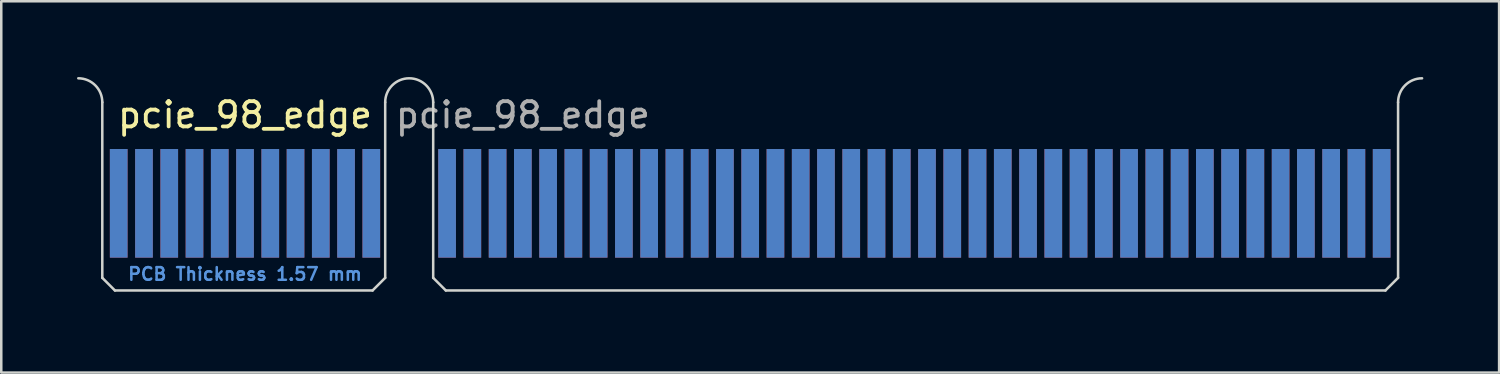
<source format=kicad_pcb>
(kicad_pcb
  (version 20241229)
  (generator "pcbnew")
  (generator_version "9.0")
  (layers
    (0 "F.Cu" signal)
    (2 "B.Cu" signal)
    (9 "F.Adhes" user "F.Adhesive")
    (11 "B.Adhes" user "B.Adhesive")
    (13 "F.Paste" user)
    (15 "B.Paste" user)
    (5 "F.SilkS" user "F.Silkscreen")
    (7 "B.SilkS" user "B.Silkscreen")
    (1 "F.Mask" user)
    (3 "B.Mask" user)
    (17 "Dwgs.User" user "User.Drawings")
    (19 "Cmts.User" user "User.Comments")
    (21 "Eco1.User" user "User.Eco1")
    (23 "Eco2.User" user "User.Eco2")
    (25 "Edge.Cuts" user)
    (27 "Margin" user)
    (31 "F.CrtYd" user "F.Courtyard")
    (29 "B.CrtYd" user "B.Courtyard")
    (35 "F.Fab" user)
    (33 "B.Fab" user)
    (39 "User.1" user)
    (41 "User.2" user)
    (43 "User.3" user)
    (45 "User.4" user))
  (footprint "pcie_98_edge"
    (layer "F.Cu")
    (at 13.15 8.45)
    (property "Reference" "pcie_98_edge" (at -6.5 -6.95 0) (layer "F.SilkS") (effects (font (size 1 1) (thickness 0.15))))
    (attr exclude_from_pos_files exclude_from_bom)
    (fp_line (start -12.15 -7.45) (end -12.15 -0.5) (stroke (width 0.1) (type solid)) (layer "Edge.Cuts"))
    (fp_line (start -12.15 -0.5) (end -11.65 0) (stroke (width 0.1) (type solid)) (layer "Edge.Cuts"))
    (fp_line (start -11.65 0) (end -1.45 0) (stroke (width 0.1) (type solid)) (layer "Edge.Cuts"))
    (fp_line (start -0.95 -7.45) (end -0.95 -0.5) (stroke (width 0.1) (type solid)) (layer "Edge.Cuts"))
    (fp_line (start -0.95 -0.5) (end -1.45 0) (stroke (width 0.1) (type solid)) (layer "Edge.Cuts"))
    (fp_line (start 0.95 -7.45) (end 0.95 -0.5) (stroke (width 0.1) (type solid)) (layer "Edge.Cuts"))
    (fp_line (start 0.95 -0.5) (end 1.45 0) (stroke (width 0.1) (type solid)) (layer "Edge.Cuts"))
    (fp_line (start 1.45 0) (end 38.65 0) (stroke (width 0.1) (type solid)) (layer "Edge.Cuts"))
    (fp_line (start 39.15 -7.45) (end 39.15 -0.5) (stroke (width 0.1) (type solid)) (layer "Edge.Cuts"))
    (fp_line (start 39.15 -0.5) (end 38.65 0) (stroke (width 0.1) (type solid)) (layer "Edge.Cuts"))
    (fp_arc (start -13.1 -8.4) (mid -12.428248 -8.121752) (end -12.15 -7.45) (stroke (width 0.1) (type default)) (layer "Edge.Cuts"))
    (fp_arc (start -0.95 -7.45) (mid 0 -8.4) (end 0.95 -7.45) (stroke (width 0.1) (type solid)) (layer "Edge.Cuts"))
    (fp_arc (start 39.15 -7.45) (mid 39.428248 -8.121752) (end 40.1 -8.4) (stroke (width 0.1) (type default)) (layer "Edge.Cuts"))
    (fp_text user "PCB Thickness 1.57 mm" (at -6.5 -0.65 180) (layer "Cmts.User") (effects (font (size 0.5 0.5) (thickness 0.1))))
    (fp_text user "${REFERENCE}" (at 4.5 -6.95 0) (layer "F.Fab") (effects (font (size 1 1) (thickness 0.15))))
    (pad "A1" connect rect (at -11.5 -3.45) (size 0.7 4.3) (layers "B.Cu" "B.Mask"))
    (pad "A2" connect rect (at -10.5 -3.45) (size 0.7 4.3) (layers "B.Cu" "B.Mask"))
    (pad "A3" connect rect (at -9.5 -3.45) (size 0.7 4.3) (layers "B.Cu" "B.Mask"))
    (pad "A4" connect rect (at -8.5 -3.45) (size 0.7 4.3) (layers "B.Cu" "B.Mask"))
    (pad "A5" connect rect (at -7.5 -3.45) (size 0.7 4.3) (layers "B.Cu" "B.Mask"))
    (pad "A6" connect rect (at -6.5 -3.45) (size 0.7 4.3) (layers "B.Cu" "B.Mask"))
    (pad "A7" connect rect (at -5.5 -3.45) (size 0.7 4.3) (layers "B.Cu" "B.Mask"))
    (pad "A8" connect rect (at -4.5 -3.45) (size 0.7 4.3) (layers "B.Cu" "B.Mask"))
    (pad "A9" connect rect (at -3.5 -3.45) (size 0.7 4.3) (layers "B.Cu" "B.Mask"))
    (pad "A10" connect rect (at -2.5 -3.45) (size 0.7 4.3) (layers "B.Cu" "B.Mask"))
    (pad "A11" connect rect (at -1.5 -3.45) (size 0.7 4.3) (layers "B.Cu" "B.Mask"))
    (pad "A12" connect rect (at 1.5 -3.45) (size 0.7 4.3) (layers "B.Cu" "B.Mask"))
    (pad "A13" connect rect (at 2.5 -3.45) (size 0.7 4.3) (layers "B.Cu" "B.Mask"))
    (pad "A14" connect rect (at 3.5 -3.45) (size 0.7 4.3) (layers "B.Cu" "B.Mask"))
    (pad "A15" connect rect (at 4.5 -3.45) (size 0.7 4.3) (layers "B.Cu" "B.Mask"))
    (pad "A16" connect rect (at 5.5 -3.45) (size 0.7 4.3) (layers "B.Cu" "B.Mask"))
    (pad "A17" connect rect (at 6.5 -3.45) (size 0.7 4.3) (layers "B.Cu" "B.Mask"))
    (pad "A18" connect rect (at 7.5 -3.45) (size 0.7 4.3) (layers "B.Cu" "B.Mask"))
    (pad "A19" connect rect (at 8.5 -3.45) (size 0.7 4.3) (layers "B.Cu" "B.Mask"))
    (pad "A20" connect rect (at 9.5 -3.45) (size 0.7 4.3) (layers "B.Cu" "B.Mask"))
    (pad "A21" connect rect (at 10.5 -3.45) (size 0.7 4.3) (layers "B.Cu" "B.Mask"))
    (pad "A22" connect rect (at 11.5 -3.45) (size 0.7 4.3) (layers "B.Cu" "B.Mask"))
    (pad "A23" connect rect (at 12.5 -3.45) (size 0.7 4.3) (layers "B.Cu" "B.Mask"))
    (pad "A24" connect rect (at 13.5 -3.45) (size 0.7 4.3) (layers "B.Cu" "B.Mask"))
    (pad "A25" connect rect (at 14.5 -3.45) (size 0.7 4.3) (layers "B.Cu" "B.Mask"))
    (pad "A26" connect rect (at 15.5 -3.45) (size 0.7 4.3) (layers "B.Cu" "B.Mask"))
    (pad "A27" connect rect (at 16.5 -3.45) (size 0.7 4.3) (layers "B.Cu" "B.Mask"))
    (pad "A28" connect rect (at 17.5 -3.45) (size 0.7 4.3) (layers "B.Cu" "B.Mask"))
    (pad "A29" connect rect (at 18.5 -3.45) (size 0.7 4.3) (layers "B.Cu" "B.Mask"))
    (pad "A30" connect rect (at 19.5 -3.45) (size 0.7 4.3) (layers "B.Cu" "B.Mask"))
    (pad "A31" connect rect (at 20.5 -3.45) (size 0.7 4.3) (layers "B.Cu" "B.Mask"))
    (pad "A32" connect rect (at 21.5 -3.45) (size 0.7 4.3) (layers "B.Cu" "B.Mask"))
    (pad "A33" connect rect (at 22.5 -3.45) (size 0.7 4.3) (layers "B.Cu" "B.Mask"))
    (pad "A34" connect rect (at 23.5 -3.45) (size 0.7 4.3) (layers "B.Cu" "B.Mask"))
    (pad "A35" connect rect (at 24.5 -3.45) (size 0.7 4.3) (layers "B.Cu" "B.Mask"))
    (pad "A36" connect rect (at 25.5 -3.45) (size 0.7 4.3) (layers "B.Cu" "B.Mask"))
    (pad "A37" connect rect (at 26.5 -3.45) (size 0.7 4.3) (layers "B.Cu" "B.Mask"))
    (pad "A38" connect rect (at 27.5 -3.45) (size 0.7 4.3) (layers "B.Cu" "B.Mask"))
    (pad "A39" connect rect (at 28.5 -3.45) (size 0.7 4.3) (layers "B.Cu" "B.Mask"))
    (pad "A40" connect rect (at 29.5 -3.45) (size 0.7 4.3) (layers "B.Cu" "B.Mask"))
    (pad "A41" connect rect (at 30.5 -3.45) (size 0.7 4.3) (layers "B.Cu" "B.Mask"))
    (pad "A42" connect rect (at 31.5 -3.45) (size 0.7 4.3) (layers "B.Cu" "B.Mask"))
    (pad "A43" connect rect (at 32.5 -3.45) (size 0.7 4.3) (layers "B.Cu" "B.Mask"))
    (pad "A44" connect rect (at 33.5 -3.45) (size 0.7 4.3) (layers "B.Cu" "B.Mask"))
    (pad "A45" connect rect (at 34.5 -3.45) (size 0.7 4.3) (layers "B.Cu" "B.Mask"))
    (pad "A46" connect rect (at 35.5 -3.45) (size 0.7 4.3) (layers "B.Cu" "B.Mask"))
    (pad "A47" connect rect (at 36.5 -3.45) (size 0.7 4.3) (layers "B.Cu" "B.Mask"))
    (pad "A48" connect rect (at 37.5 -3.45) (size 0.7 4.3) (layers "B.Cu" "B.Mask"))
    (pad "A49" connect rect (at 38.5 -3.45) (size 0.7 4.3) (layers "B.Cu" "B.Mask"))
    (pad "B1" connect rect (at -11.5 -3.45) (size 0.7 4.3) (layers "F.Cu" "F.Mask"))
    (pad "B2" connect rect (at -10.5 -3.45) (size 0.7 4.3) (layers "F.Cu" "F.Mask"))
    (pad "B3" connect rect (at -9.5 -3.45) (size 0.7 4.3) (layers "F.Cu" "F.Mask"))
    (pad "B4" connect rect (at -8.5 -3.45) (size 0.7 4.3) (layers "F.Cu" "F.Mask"))
    (pad "B5" connect rect (at -7.5 -3.45) (size 0.7 4.3) (layers "F.Cu" "F.Mask"))
    (pad "B6" connect rect (at -6.5 -3.45) (size 0.7 4.3) (layers "F.Cu" "F.Mask"))
    (pad "B7" connect rect (at -5.5 -3.45) (size 0.7 4.3) (layers "F.Cu" "F.Mask"))
    (pad "B8" connect rect (at -4.5 -3.45) (size 0.7 4.3) (layers "F.Cu" "F.Mask"))
    (pad "B9" connect rect (at -3.5 -3.45) (size 0.7 4.3) (layers "F.Cu" "F.Mask"))
    (pad "B10" connect rect (at -2.5 -3.45) (size 0.7 4.3) (layers "F.Cu" "F.Mask"))
    (pad "B11" connect rect (at -1.5 -3.45) (size 0.7 4.3) (layers "F.Cu" "F.Mask"))
    (pad "B12" connect rect (at 1.5 -3.45) (size 0.7 4.3) (layers "F.Cu" "F.Mask"))
    (pad "B13" connect rect (at 2.5 -3.45) (size 0.7 4.3) (layers "F.Cu" "F.Mask"))
    (pad "B14" connect rect (at 3.5 -3.45) (size 0.7 4.3) (layers "F.Cu" "F.Mask"))
    (pad "B15" connect rect (at 4.5 -3.45) (size 0.7 4.3) (layers "F.Cu" "F.Mask"))
    (pad "B16" connect rect (at 5.5 -3.45) (size 0.7 4.3) (layers "F.Cu" "F.Mask"))
    (pad "B17" connect rect (at 6.5 -3.45) (size 0.7 4.3) (layers "F.Cu" "F.Mask"))
    (pad "B18" connect rect (at 7.5 -3.45) (size 0.7 4.3) (layers "F.Cu" "F.Mask"))
    (pad "B19" connect rect (at 8.5 -3.45) (size 0.7 4.3) (layers "F.Cu" "F.Mask"))
    (pad "B20" connect rect (at 9.5 -3.45) (size 0.7 4.3) (layers "F.Cu" "F.Mask"))
    (pad "B21" connect rect (at 10.5 -3.45) (size 0.7 4.3) (layers "F.Cu" "F.Mask"))
    (pad "B22" connect rect (at 11.5 -3.45) (size 0.7 4.3) (layers "F.Cu" "F.Mask"))
    (pad "B23" connect rect (at 12.5 -3.45) (size 0.7 4.3) (layers "F.Cu" "F.Mask"))
    (pad "B24" connect rect (at 13.5 -3.45) (size 0.7 4.3) (layers "F.Cu" "F.Mask"))
    (pad "B25" connect rect (at 14.5 -3.45) (size 0.7 4.3) (layers "F.Cu" "F.Mask"))
    (pad "B26" connect rect (at 15.5 -3.45) (size 0.7 4.3) (layers "F.Cu" "F.Mask"))
    (pad "B27" connect rect (at 16.5 -3.45) (size 0.7 4.3) (layers "F.Cu" "F.Mask"))
    (pad "B28" connect rect (at 17.5 -3.45) (size 0.7 4.3) (layers "F.Cu" "F.Mask"))
    (pad "B29" connect rect (at 18.5 -3.45) (size 0.7 4.3) (layers "F.Cu" "F.Mask"))
    (pad "B30" connect rect (at 19.5 -3.45) (size 0.7 4.3) (layers "F.Cu" "F.Mask"))
    (pad "B31" connect rect (at 20.5 -3.45) (size 0.7 4.3) (layers "F.Cu" "F.Mask"))
    (pad "B32" connect rect (at 21.5 -3.45) (size 0.7 4.3) (layers "F.Cu" "F.Mask"))
    (pad "B33" connect rect (at 22.5 -3.45) (size 0.7 4.3) (layers "F.Cu" "F.Mask"))
    (pad "B34" connect rect (at 23.5 -3.45) (size 0.7 4.3) (layers "F.Cu" "F.Mask"))
    (pad "B35" connect rect (at 24.5 -3.45) (size 0.7 4.3) (layers "F.Cu" "F.Mask"))
    (pad "B36" connect rect (at 25.5 -3.45) (size 0.7 4.3) (layers "F.Cu" "F.Mask"))
    (pad "B37" connect rect (at 26.5 -3.45) (size 0.7 4.3) (layers "F.Cu" "F.Mask"))
    (pad "B38" connect rect (at 27.5 -3.45) (size 0.7 4.3) (layers "F.Cu" "F.Mask"))
    (pad "B39" connect rect (at 28.5 -3.45) (size 0.7 4.3) (layers "F.Cu" "F.Mask"))
    (pad "B40" connect rect (at 29.5 -3.45) (size 0.7 4.3) (layers "F.Cu" "F.Mask"))
    (pad "B41" connect rect (at 30.5 -3.45) (size 0.7 4.3) (layers "F.Cu" "F.Mask"))
    (pad "B42" connect rect (at 31.5 -3.45) (size 0.7 4.3) (layers "F.Cu" "F.Mask"))
    (pad "B43" connect rect (at 32.5 -3.45) (size 0.7 4.3) (layers "F.Cu" "F.Mask"))
    (pad "B44" connect rect (at 33.5 -3.45) (size 0.7 4.3) (layers "F.Cu" "F.Mask"))
    (pad "B45" connect rect (at 34.5 -3.45) (size 0.7 4.3) (layers "F.Cu" "F.Mask"))
    (pad "B46" connect rect (at 35.5 -3.45) (size 0.7 4.3) (layers "F.Cu" "F.Mask"))
    (pad "B47" connect rect (at 36.5 -3.45) (size 0.7 4.3) (layers "F.Cu" "F.Mask"))
    (pad "B48" connect rect (at 37.5 -3.45) (size 0.7 4.3) (layers "F.Cu" "F.Mask"))
    (pad "B49" connect rect (at 38.5 -3.45) (size 0.7 4.3) (layers "F.Cu" "F.Mask")))
  (gr_rect
    (start -3 -3)
    (end 56.3 11.7)
    (stroke (width 0.1) (type default))
    (fill no)
    (layer "Edge.Cuts")))
</source>
